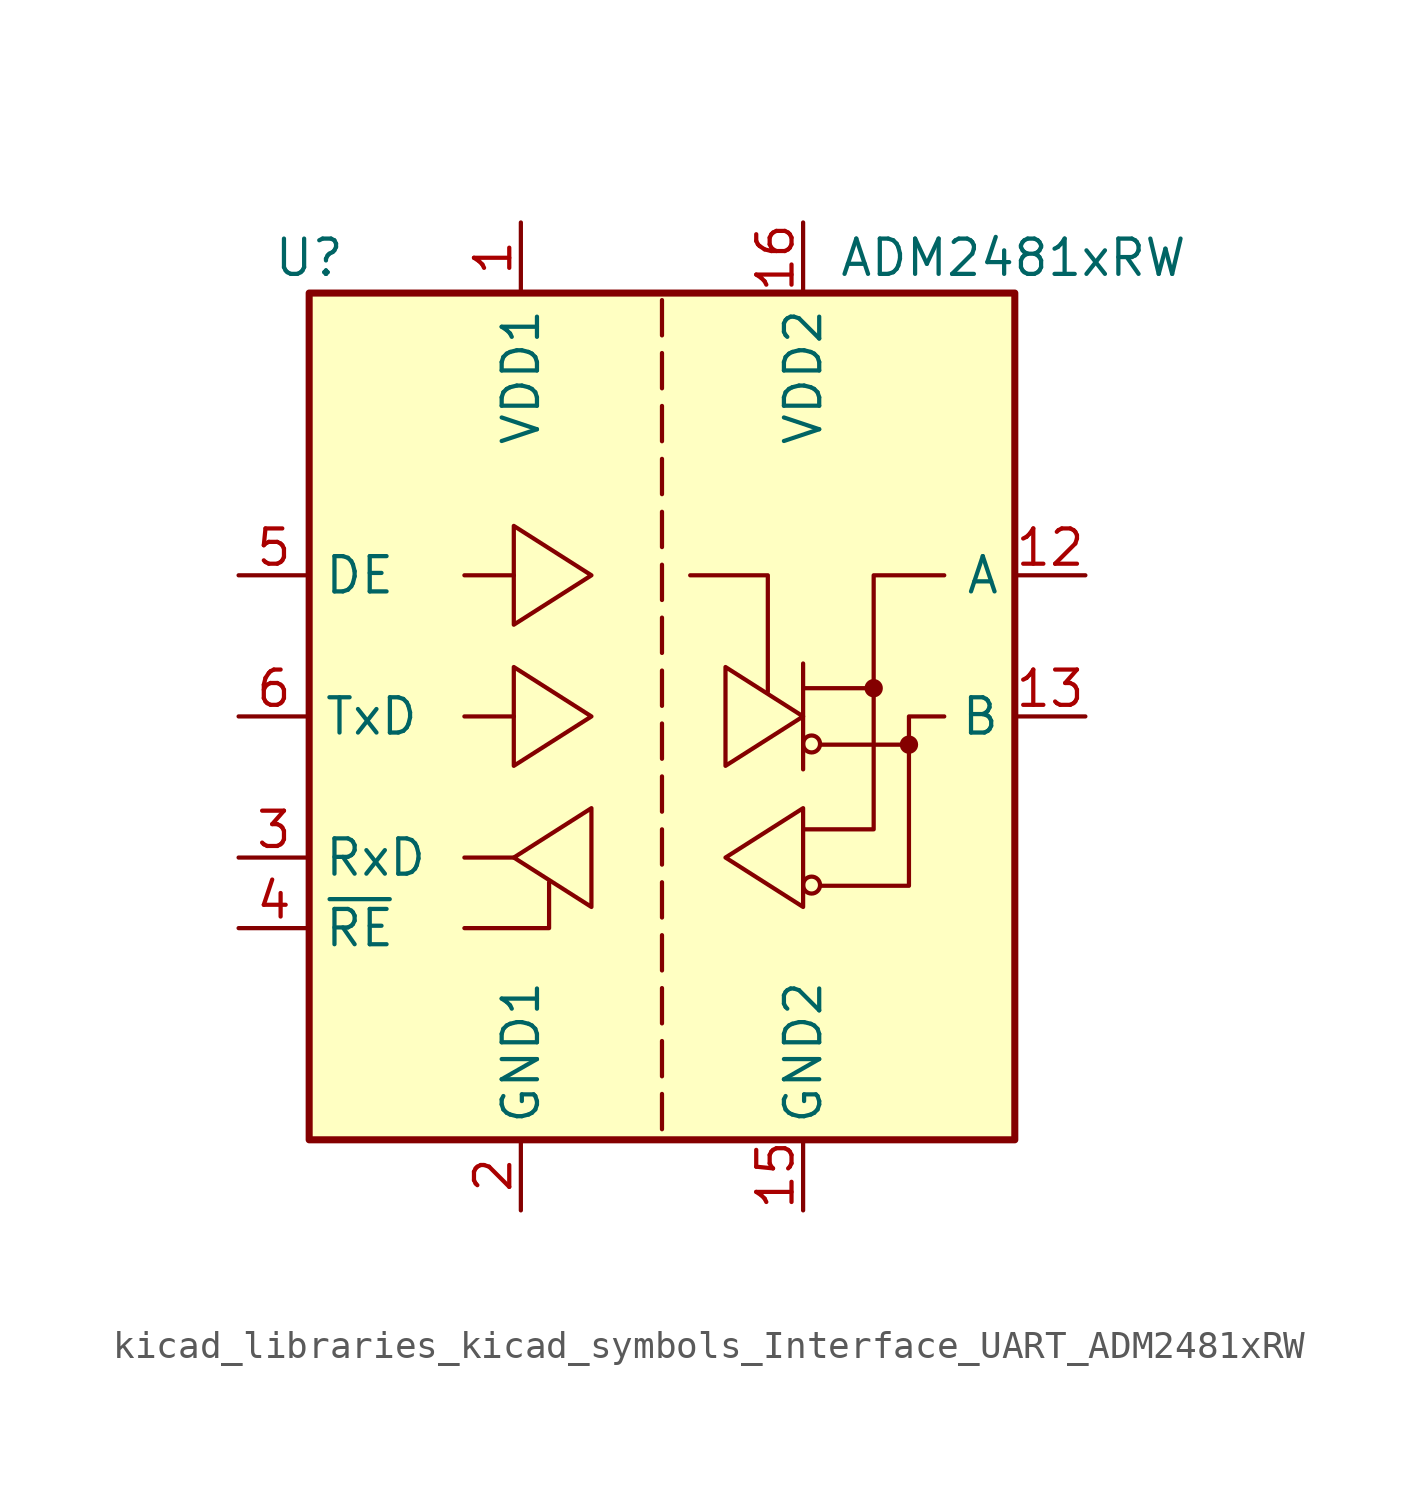
<source format=kicad_sym>
(kicad_symbol_lib
  (version 20220914)
  (generator kicad_symbol_editor)
  (symbol "kicad_libraries_kicad_symbols_Interface_UART_ADM2481xRW"
    (property "Reference" "U"
      (at -12.7 16.51 0)
      (effects (font (size 1.27 1.27))))
    (property "Value" "ADM2481xRW"
      (at 6.35 16.51 0)
      (effects (font (size 1.27 1.27)) (justify left)))
    (symbol "kicad_libraries_kicad_symbols_Interface_UART_ADM2481xRW_0_0"
      (polyline (pts (xy 0 -13.589) (xy 0 -14.859)) (stroke (width 0) (type default)) (fill (type none)))
      (polyline (pts (xy 0 -11.684) (xy 0 -12.954)) (stroke (width 0) (type default)) (fill (type none)))
      (polyline (pts (xy 0 -9.779) (xy 0 -11.049)) (stroke (width 0) (type default)) (fill (type none)))
      (polyline (pts (xy 0 -7.874) (xy 0 -9.144)) (stroke (width 0) (type default)) (fill (type none)))
      (polyline (pts (xy 0 -5.969) (xy 0 -7.239)) (stroke (width 0) (type default)) (fill (type none)))
      (polyline (pts (xy 0 -4.064) (xy 0 -5.334)) (stroke (width 0) (type default)) (fill (type none)))
      (polyline (pts (xy 0 -2.159) (xy 0 -3.429)) (stroke (width 0) (type default)) (fill (type none)))
      (polyline (pts (xy 0 -0.254) (xy 0 -1.524)) (stroke (width 0) (type default)) (fill (type none)))
      (polyline (pts (xy 0 1.651) (xy 0 0.381)) (stroke (width 0) (type default)) (fill (type none)))
      (polyline (pts (xy 0 3.556) (xy 0 2.286)) (stroke (width 0) (type default)) (fill (type none)))
      (polyline (pts (xy 0 5.461) (xy 0 4.191)) (stroke (width 0) (type default)) (fill (type none)))
      (polyline (pts (xy 0 7.366) (xy 0 6.096)) (stroke (width 0) (type default)) (fill (type none)))
      (polyline (pts (xy 0 9.271) (xy 0 8.001)) (stroke (width 0) (type default)) (fill (type none)))
      (polyline (pts (xy 0 11.176) (xy 0 9.906)) (stroke (width 0) (type default)) (fill (type none)))
      (polyline (pts (xy 0 13.081) (xy 0 11.811)) (stroke (width 0) (type default)) (fill (type none)))
      (polyline (pts (xy 0 14.986) (xy 0 13.716)) (stroke (width 0) (type default)) (fill (type none))))
    (symbol "kicad_libraries_kicad_symbols_Interface_UART_ADM2481xRW_0_1"
      (rectangle (start -12.7 15.24) (end 12.7 -15.24) (stroke (width 0.254) (type default)) (fill (type background)))
      (polyline (pts (xy -5.334 -5.08) (xy -7.112 -5.08)) (stroke (width 0) (type default)) (fill (type none)))
      (polyline (pts (xy -5.334 0) (xy -7.112 0)) (stroke (width 0) (type default)) (fill (type none)))
      (polyline (pts (xy -5.334 5.08) (xy -7.112 5.08)) (stroke (width 0) (type default)) (fill (type none)))
      (polyline (pts (xy 5.08 1.016) (xy 7.62 1.016)) (stroke (width 0) (type default)) (fill (type none)))
      (polyline (pts (xy 5.08 1.905) (xy 5.08 -1.905)) (stroke (width 0) (type default)) (fill (type none)))
      (polyline (pts (xy 5.715 -1.016) (xy 8.89 -1.016)) (stroke (width 0) (type default)) (fill (type none)))
      (polyline (pts (xy -7.112 -7.62) (xy -4.064 -7.62) (xy -4.064 -5.969)) (stroke (width 0) (type default)) (fill (type none)))
      (polyline (pts (xy 1.016 5.08) (xy 3.81 5.08) (xy 3.81 0.889)) (stroke (width 0) (type default)) (fill (type none)))
      (polyline (pts (xy -5.334 -5.08) (xy -2.54 -3.302) (xy -2.54 -6.858) (xy -5.334 -5.08)) (stroke (width 0) (type default)) (fill (type none)))
      (polyline (pts (xy -2.54 0) (xy -5.334 1.778) (xy -5.334 -1.778) (xy -2.54 0)) (stroke (width 0) (type default)) (fill (type none)))
      (polyline (pts (xy -2.54 5.08) (xy -5.334 6.858) (xy -5.334 3.302) (xy -2.54 5.08)) (stroke (width 0) (type default)) (fill (type none)))
      (polyline (pts (xy 2.286 -5.08) (xy 5.08 -3.302) (xy 5.08 -6.858) (xy 2.286 -5.08)) (stroke (width 0) (type default)) (fill (type none)))
      (polyline (pts (xy 5.08 -4.064) (xy 7.62 -4.064) (xy 7.62 5.08) (xy 10.16 5.08)) (stroke (width 0) (type default)) (fill (type none)))
      (polyline (pts (xy 5.08 0) (xy 2.286 1.778) (xy 2.286 -1.778) (xy 5.08 0)) (stroke (width 0) (type default)) (fill (type none)))
      (polyline (pts (xy 5.715 -6.096) (xy 8.89 -6.096) (xy 8.89 0) (xy 10.16 0)) (stroke (width 0) (type default)) (fill (type none)))
      (circle (center 5.385 -6.071) (radius 0.305) (stroke (width 0) (type default)) (fill (type none)))
      (circle (center 5.385 -0.991) (radius 0.305) (stroke (width 0) (type default)) (fill (type none)))
      (circle (center 7.62 1.016) (radius 0.254) (stroke (width 0) (type default)) (fill (type outline)))
      (circle (center 8.89 -1.016) (radius 0.254) (stroke (width 0) (type default)) (fill (type outline))))
    (symbol "kicad_libraries_kicad_symbols_Interface_UART_ADM2481xRW_1_1"
      (pin power_in line (at -5.08 17.78 270) (length 2.54) (name "VDD1" (effects (font (size 1.27 1.27)))) (number "1" (effects (font (size 1.27 1.27)))))
      (pin passive line (at 5.08 -17.78 90) (length 2.54) hide (name "GND2" (effects (font (size 1.27 1.27)))) (number "10" (effects (font (size 1.27 1.27)))))
      (pin no_connect line (at 12.7 -7.62 180) (length 2.54) hide (name "NC" (effects (font (size 1.27 1.27)))) (number "11" (effects (font (size 1.27 1.27)))))
      (pin bidirectional line (at 15.24 5.08 180) (length 2.54) (name "A" (effects (font (size 1.27 1.27)))) (number "12" (effects (font (size 1.27 1.27)))))
      (pin bidirectional line (at 15.24 0 180) (length 2.54) (name "B" (effects (font (size 1.27 1.27)))) (number "13" (effects (font (size 1.27 1.27)))))
      (pin no_connect line (at 12.7 7.62 180) (length 2.54) hide (name "NC" (effects (font (size 1.27 1.27)))) (number "14" (effects (font (size 1.27 1.27)))))
      (pin power_in line (at 5.08 -17.78 90) (length 2.54) (name "GND2" (effects (font (size 1.27 1.27)))) (number "15" (effects (font (size 1.27 1.27)))))
      (pin power_in line (at 5.08 17.78 270) (length 2.54) (name "VDD2" (effects (font (size 1.27 1.27)))) (number "16" (effects (font (size 1.27 1.27)))))
      (pin power_in line (at -5.08 -17.78 90) (length 2.54) (name "GND1" (effects (font (size 1.27 1.27)))) (number "2" (effects (font (size 1.27 1.27)))))
      (pin output line (at -15.24 -5.08 0) (length 2.54) (name "RxD" (effects (font (size 1.27 1.27)))) (number "3" (effects (font (size 1.27 1.27)))))
      (pin input line (at -15.24 -7.62 0) (length 2.54) (name "~{RE}" (effects (font (size 1.27 1.27)))) (number "4" (effects (font (size 1.27 1.27)))))
      (pin input line (at -15.24 5.08 0) (length 2.54) (name "DE" (effects (font (size 1.27 1.27)))) (number "5" (effects (font (size 1.27 1.27)))))
      (pin input line (at -15.24 0 0) (length 2.54) (name "TxD" (effects (font (size 1.27 1.27)))) (number "6" (effects (font (size 1.27 1.27)))))
      (pin passive line (at -5.08 -17.78 90) (length 2.54) hide (name "GND1" (effects (font (size 1.27 1.27)))) (number "7" (effects (font (size 1.27 1.27)))))
      (pin passive line (at -5.08 -17.78 90) (length 2.54) hide (name "GND1" (effects (font (size 1.27 1.27)))) (number "8" (effects (font (size 1.27 1.27)))))
      (pin passive line (at 5.08 -17.78 90) (length 2.54) hide (name "GND2" (effects (font (size 1.27 1.27)))) (number "9" (effects (font (size 1.27 1.27))))))))
</source>
